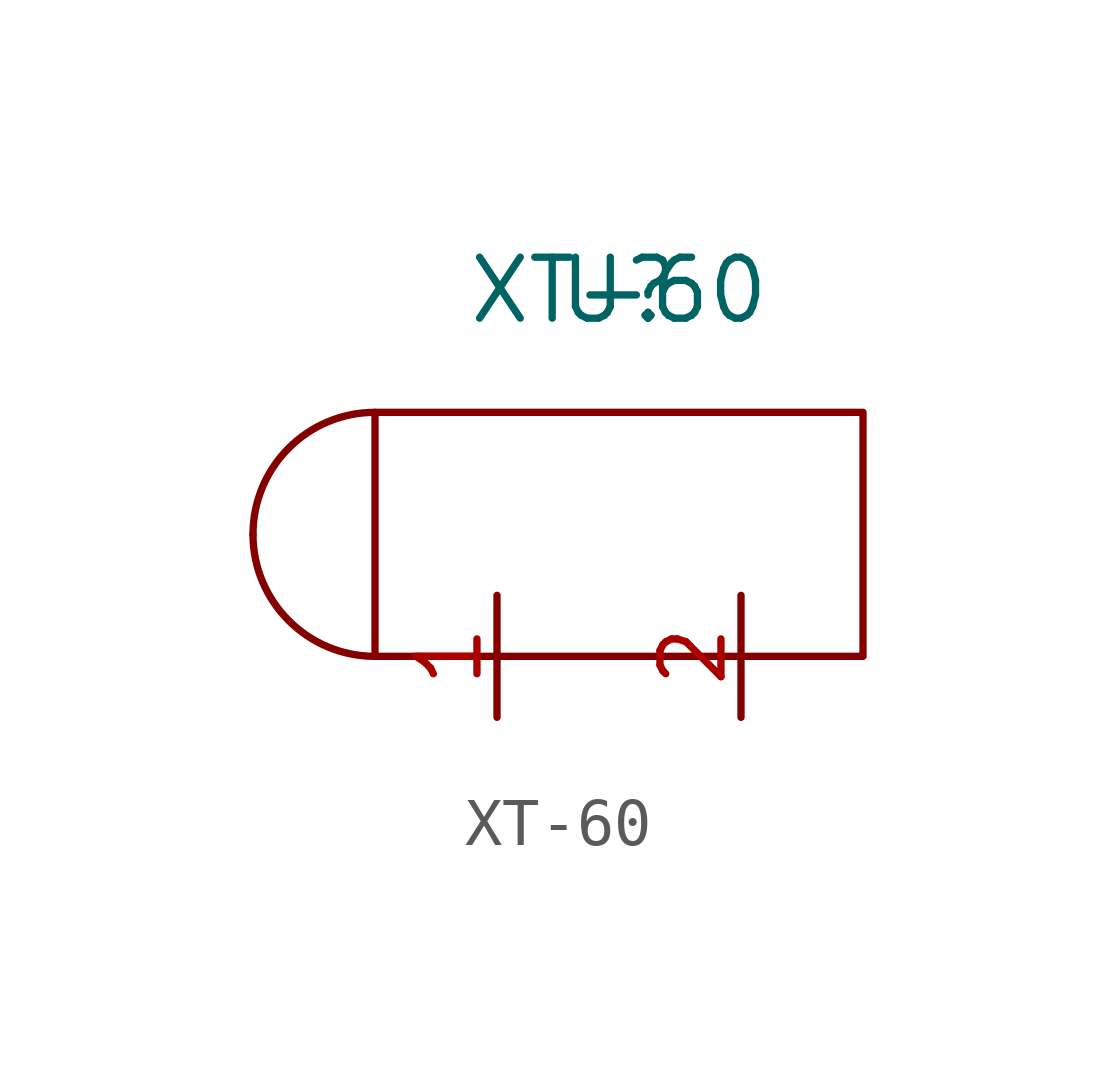
<source format=kicad_sym>
(kicad_symbol_lib
  (version 20211014)
  (generator kicad_symbol_editor)
  (symbol "XT-60"
    (property "Reference" "U"
      (at 0 0 0)
      (effects (font (size 1.27 1.27))))
    (property "Value" "XT-60"
      (at 0 0 0)
      (effects (font (size 1.27 1.27))))
    (symbol "XT-60_0_1"
      (arc (start -7.62 -5.08) (mid -6.8761 -6.8761) (end -5.08 -7.62) (stroke (width 0) (type default) (color 0 0 0 0)) (fill (type none)))
      (arc (start -5.08 -2.54) (mid -6.8761 -3.2839) (end -7.62 -5.08) (stroke (width 0) (type default) (color 0 0 0 0)) (fill (type none)))
      (rectangle (start -5.08 -2.54) (end 5.08 -7.62) (stroke (width 0) (type default) (color 0 0 0 0)) (fill (type none))))
    (symbol "XT-60_1_1"
      (pin input line (at -2.54 -8.89 90) (length 2.54) (name "" (effects (font (size 1.27 1.27)))) (number "1" (effects (font (size 1.27 1.27)))))
      (pin input line (at 2.54 -8.89 90) (length 2.54) (name "" (effects (font (size 1.27 1.27)))) (number "2" (effects (font (size 1.27 1.27))))))))
</source>
